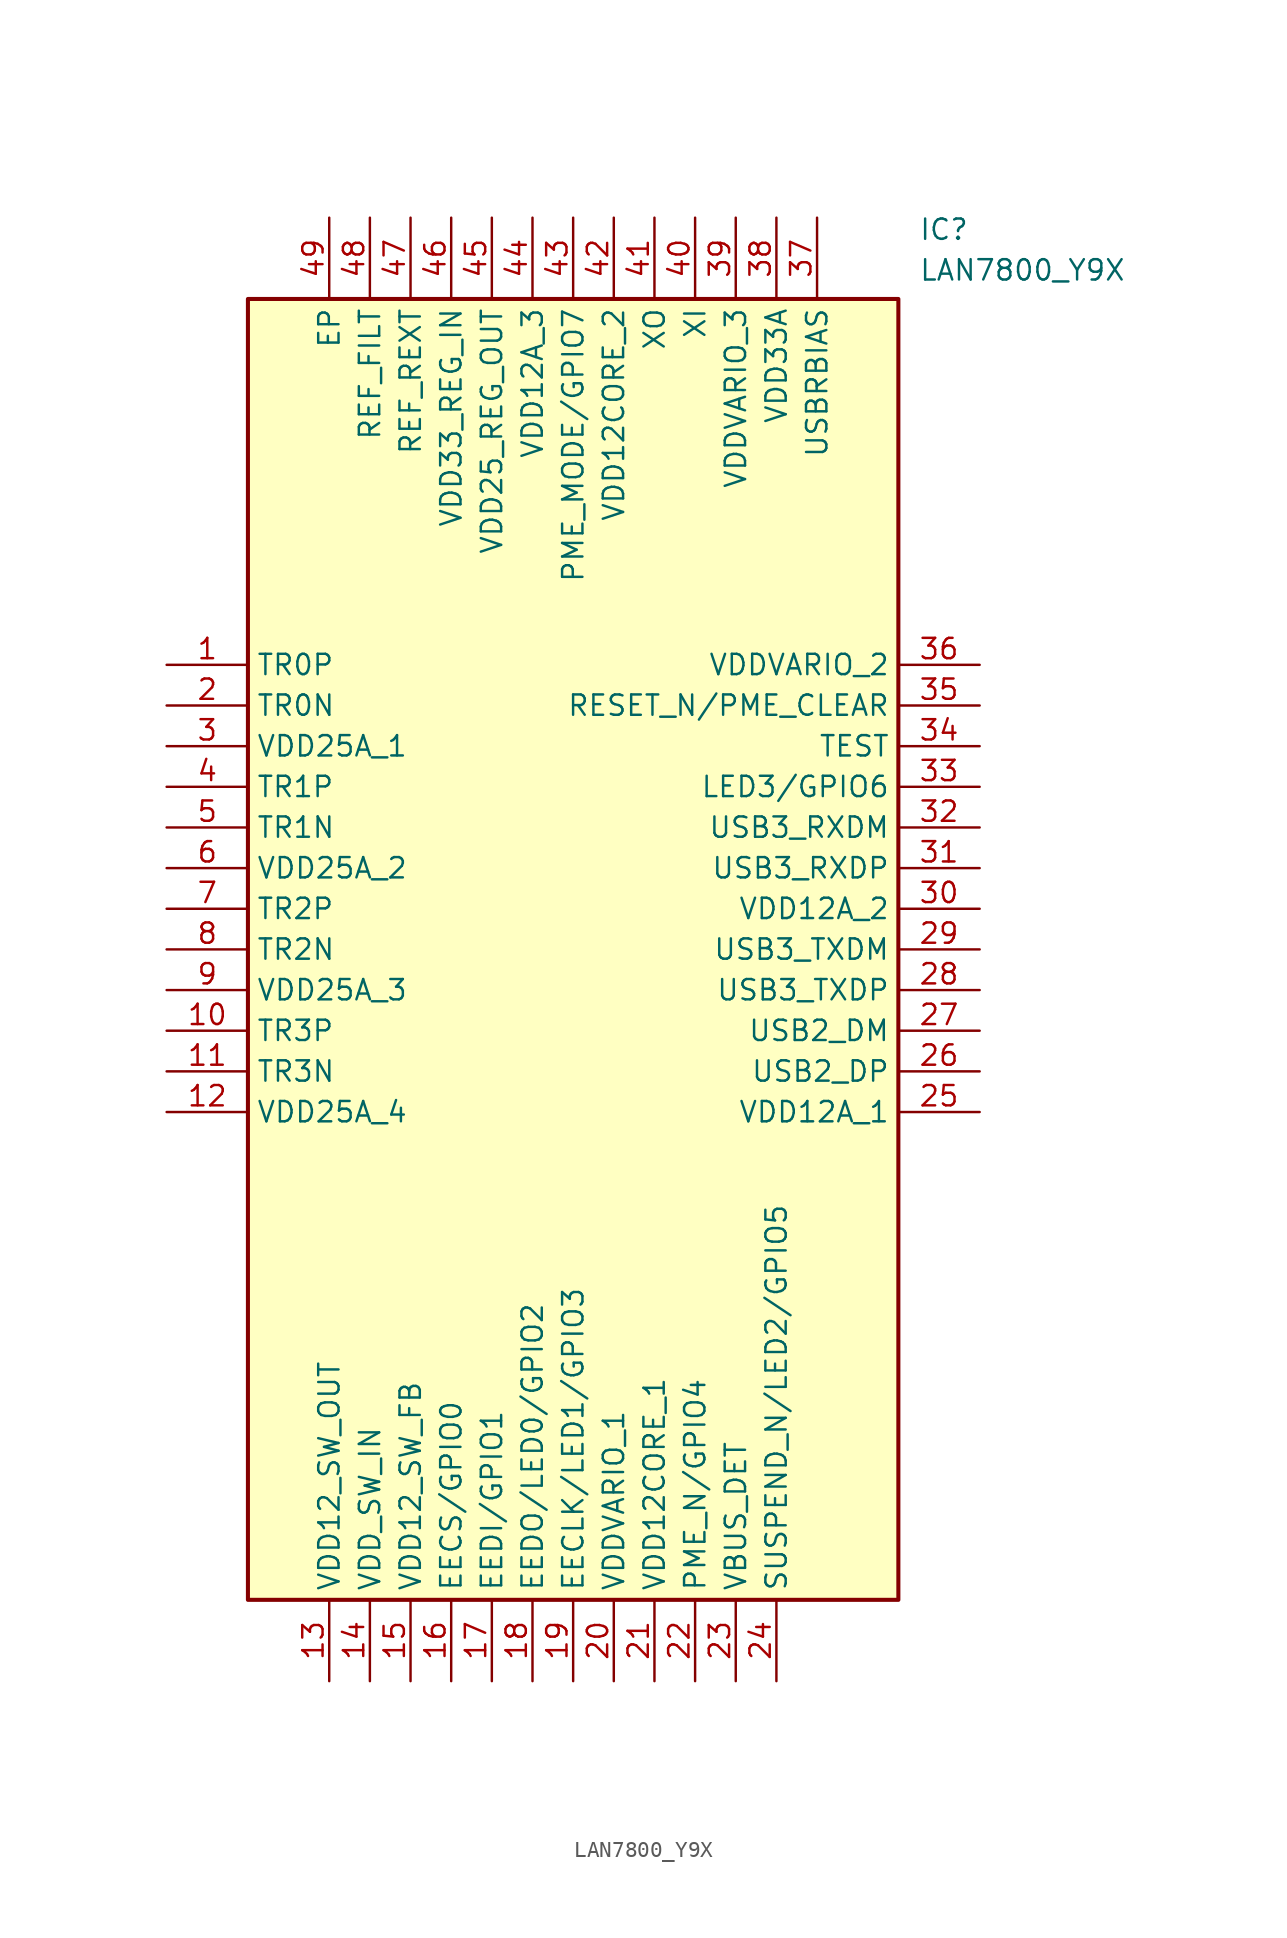
<source format=kicad_sym>
(kicad_symbol_lib
  (version 20220914)
  (generator kicad_symbol_editor)
  (symbol "LAN7800_Y9X"
    (property "Reference" "IC"
      (at 46.99 27.94 0)
      (effects (font (size 1.27 1.27)) (justify left top)))
    (property "Value" "LAN7800_Y9X"
      (at 46.99 25.4 0)
      (effects (font (size 1.27 1.27)) (justify left top)))
    (symbol "LAN7800_Y9X_1_1"
      (rectangle (start 5.08 22.86) (end 45.72 -58.42) (stroke (width 0.254) (type default)) (fill (type background)))
      (pin passive line (at 0 0 0) (length 5.08) (name "TR0P" (effects (font (size 1.27 1.27)))) (number "1" (effects (font (size 1.27 1.27)))))
      (pin passive line (at 0 -22.86 0) (length 5.08) (name "TR3P" (effects (font (size 1.27 1.27)))) (number "10" (effects (font (size 1.27 1.27)))))
      (pin passive line (at 0 -25.4 0) (length 5.08) (name "TR3N" (effects (font (size 1.27 1.27)))) (number "11" (effects (font (size 1.27 1.27)))))
      (pin passive line (at 0 -27.94 0) (length 5.08) (name "VDD25A_4" (effects (font (size 1.27 1.27)))) (number "12" (effects (font (size 1.27 1.27)))))
      (pin passive line (at 10.16 -63.5 90) (length 5.08) (name "VDD12_SW_OUT" (effects (font (size 1.27 1.27)))) (number "13" (effects (font (size 1.27 1.27)))))
      (pin passive line (at 12.7 -63.5 90) (length 5.08) (name "VDD_SW_IN" (effects (font (size 1.27 1.27)))) (number "14" (effects (font (size 1.27 1.27)))))
      (pin passive line (at 15.24 -63.5 90) (length 5.08) (name "VDD12_SW_FB" (effects (font (size 1.27 1.27)))) (number "15" (effects (font (size 1.27 1.27)))))
      (pin passive line (at 17.78 -63.5 90) (length 5.08) (name "EECS/GPIO0" (effects (font (size 1.27 1.27)))) (number "16" (effects (font (size 1.27 1.27)))))
      (pin passive line (at 20.32 -63.5 90) (length 5.08) (name "EEDI/GPIO1" (effects (font (size 1.27 1.27)))) (number "17" (effects (font (size 1.27 1.27)))))
      (pin passive line (at 22.86 -63.5 90) (length 5.08) (name "EEDO/LED0/GPIO2" (effects (font (size 1.27 1.27)))) (number "18" (effects (font (size 1.27 1.27)))))
      (pin passive line (at 25.4 -63.5 90) (length 5.08) (name "EECLK/LED1/GPIO3" (effects (font (size 1.27 1.27)))) (number "19" (effects (font (size 1.27 1.27)))))
      (pin passive line (at 0 -2.54 0) (length 5.08) (name "TR0N" (effects (font (size 1.27 1.27)))) (number "2" (effects (font (size 1.27 1.27)))))
      (pin passive line (at 27.94 -63.5 90) (length 5.08) (name "VDDVARIO_1" (effects (font (size 1.27 1.27)))) (number "20" (effects (font (size 1.27 1.27)))))
      (pin passive line (at 30.48 -63.5 90) (length 5.08) (name "VDD12CORE_1" (effects (font (size 1.27 1.27)))) (number "21" (effects (font (size 1.27 1.27)))))
      (pin passive line (at 33.02 -63.5 90) (length 5.08) (name "PME_N/GPIO4" (effects (font (size 1.27 1.27)))) (number "22" (effects (font (size 1.27 1.27)))))
      (pin passive line (at 35.56 -63.5 90) (length 5.08) (name "VBUS_DET" (effects (font (size 1.27 1.27)))) (number "23" (effects (font (size 1.27 1.27)))))
      (pin passive line (at 38.1 -63.5 90) (length 5.08) (name "SUSPEND_N/LED2/GPIO5" (effects (font (size 1.27 1.27)))) (number "24" (effects (font (size 1.27 1.27)))))
      (pin passive line (at 50.8 -27.94 180) (length 5.08) (name "VDD12A_1" (effects (font (size 1.27 1.27)))) (number "25" (effects (font (size 1.27 1.27)))))
      (pin passive line (at 50.8 -25.4 180) (length 5.08) (name "USB2_DP" (effects (font (size 1.27 1.27)))) (number "26" (effects (font (size 1.27 1.27)))))
      (pin passive line (at 50.8 -22.86 180) (length 5.08) (name "USB2_DM" (effects (font (size 1.27 1.27)))) (number "27" (effects (font (size 1.27 1.27)))))
      (pin passive line (at 50.8 -20.32 180) (length 5.08) (name "USB3_TXDP" (effects (font (size 1.27 1.27)))) (number "28" (effects (font (size 1.27 1.27)))))
      (pin passive line (at 50.8 -17.78 180) (length 5.08) (name "USB3_TXDM" (effects (font (size 1.27 1.27)))) (number "29" (effects (font (size 1.27 1.27)))))
      (pin passive line (at 0 -5.08 0) (length 5.08) (name "VDD25A_1" (effects (font (size 1.27 1.27)))) (number "3" (effects (font (size 1.27 1.27)))))
      (pin passive line (at 50.8 -15.24 180) (length 5.08) (name "VDD12A_2" (effects (font (size 1.27 1.27)))) (number "30" (effects (font (size 1.27 1.27)))))
      (pin passive line (at 50.8 -12.7 180) (length 5.08) (name "USB3_RXDP" (effects (font (size 1.27 1.27)))) (number "31" (effects (font (size 1.27 1.27)))))
      (pin passive line (at 50.8 -10.16 180) (length 5.08) (name "USB3_RXDM" (effects (font (size 1.27 1.27)))) (number "32" (effects (font (size 1.27 1.27)))))
      (pin passive line (at 50.8 -7.62 180) (length 5.08) (name "LED3/GPIO6" (effects (font (size 1.27 1.27)))) (number "33" (effects (font (size 1.27 1.27)))))
      (pin passive line (at 50.8 -5.08 180) (length 5.08) (name "TEST" (effects (font (size 1.27 1.27)))) (number "34" (effects (font (size 1.27 1.27)))))
      (pin passive line (at 50.8 -2.54 180) (length 5.08) (name "RESET_N/PME_CLEAR" (effects (font (size 1.27 1.27)))) (number "35" (effects (font (size 1.27 1.27)))))
      (pin passive line (at 50.8 0 180) (length 5.08) (name "VDDVARIO_2" (effects (font (size 1.27 1.27)))) (number "36" (effects (font (size 1.27 1.27)))))
      (pin passive line (at 40.64 27.94 270) (length 5.08) (name "USBRBIAS" (effects (font (size 1.27 1.27)))) (number "37" (effects (font (size 1.27 1.27)))))
      (pin passive line (at 38.1 27.94 270) (length 5.08) (name "VDD33A" (effects (font (size 1.27 1.27)))) (number "38" (effects (font (size 1.27 1.27)))))
      (pin passive line (at 35.56 27.94 270) (length 5.08) (name "VDDVARIO_3" (effects (font (size 1.27 1.27)))) (number "39" (effects (font (size 1.27 1.27)))))
      (pin passive line (at 0 -7.62 0) (length 5.08) (name "TR1P" (effects (font (size 1.27 1.27)))) (number "4" (effects (font (size 1.27 1.27)))))
      (pin passive line (at 33.02 27.94 270) (length 5.08) (name "XI" (effects (font (size 1.27 1.27)))) (number "40" (effects (font (size 1.27 1.27)))))
      (pin passive line (at 30.48 27.94 270) (length 5.08) (name "XO" (effects (font (size 1.27 1.27)))) (number "41" (effects (font (size 1.27 1.27)))))
      (pin passive line (at 27.94 27.94 270) (length 5.08) (name "VDD12CORE_2" (effects (font (size 1.27 1.27)))) (number "42" (effects (font (size 1.27 1.27)))))
      (pin passive line (at 25.4 27.94 270) (length 5.08) (name "PME_MODE/GPIO7" (effects (font (size 1.27 1.27)))) (number "43" (effects (font (size 1.27 1.27)))))
      (pin passive line (at 22.86 27.94 270) (length 5.08) (name "VDD12A_3" (effects (font (size 1.27 1.27)))) (number "44" (effects (font (size 1.27 1.27)))))
      (pin passive line (at 20.32 27.94 270) (length 5.08) (name "VDD25_REG_OUT" (effects (font (size 1.27 1.27)))) (number "45" (effects (font (size 1.27 1.27)))))
      (pin passive line (at 17.78 27.94 270) (length 5.08) (name "VDD33_REG_IN" (effects (font (size 1.27 1.27)))) (number "46" (effects (font (size 1.27 1.27)))))
      (pin passive line (at 15.24 27.94 270) (length 5.08) (name "REF_REXT" (effects (font (size 1.27 1.27)))) (number "47" (effects (font (size 1.27 1.27)))))
      (pin passive line (at 12.7 27.94 270) (length 5.08) (name "REF_FILT" (effects (font (size 1.27 1.27)))) (number "48" (effects (font (size 1.27 1.27)))))
      (pin passive line (at 10.16 27.94 270) (length 5.08) (name "EP" (effects (font (size 1.27 1.27)))) (number "49" (effects (font (size 1.27 1.27)))))
      (pin passive line (at 0 -10.16 0) (length 5.08) (name "TR1N" (effects (font (size 1.27 1.27)))) (number "5" (effects (font (size 1.27 1.27)))))
      (pin passive line (at 0 -12.7 0) (length 5.08) (name "VDD25A_2" (effects (font (size 1.27 1.27)))) (number "6" (effects (font (size 1.27 1.27)))))
      (pin passive line (at 0 -15.24 0) (length 5.08) (name "TR2P" (effects (font (size 1.27 1.27)))) (number "7" (effects (font (size 1.27 1.27)))))
      (pin passive line (at 0 -17.78 0) (length 5.08) (name "TR2N" (effects (font (size 1.27 1.27)))) (number "8" (effects (font (size 1.27 1.27)))))
      (pin passive line (at 0 -20.32 0) (length 5.08) (name "VDD25A_3" (effects (font (size 1.27 1.27)))) (number "9" (effects (font (size 1.27 1.27))))))))
</source>
